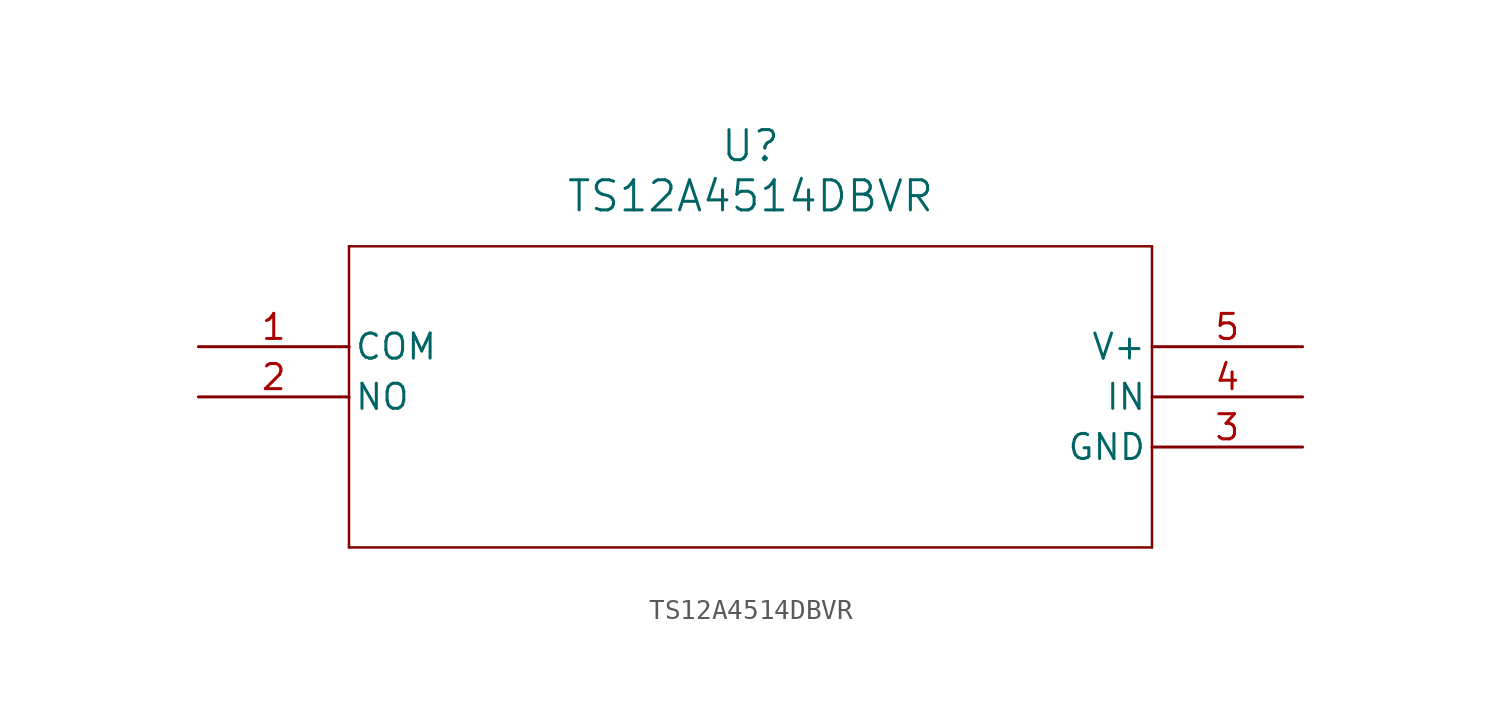
<source format=kicad_sym>
(kicad_symbol_lib
  (version 20211014)
  (generator kicad_symbol_editor)
  (symbol "TS12A4514DBVR"
    (pin_names
      (offset 0.254))
    (property "Reference" "U"
      (at 27.94 10.16 0)
      (effects (font (size 1.524 1.524))))
    (property "Value" "TS12A4514DBVR"
      (at 27.94 7.62 0)
      (effects (font (size 1.524 1.524))))
    (symbol "TS12A4514DBVR_0_1"
      (polyline (pts (xy 7.62 5.08) (xy 7.62 -10.16)) (stroke (width 0.127) (type default) (color 0 0 0 0)) (fill (type none)))
      (polyline (pts (xy 7.62 -10.16) (xy 48.26 -10.16)) (stroke (width 0.127) (type default) (color 0 0 0 0)) (fill (type none)))
      (polyline (pts (xy 48.26 -10.16) (xy 48.26 5.08)) (stroke (width 0.127) (type default) (color 0 0 0 0)) (fill (type none)))
      (polyline (pts (xy 48.26 5.08) (xy 7.62 5.08)) (stroke (width 0.127) (type default) (color 0 0 0 0)) (fill (type none)))
      (pin unspecified line (at 0 0 0) (length 7.62) (name "COM" (effects (font (size 1.27 1.27)))) (number "1" (effects (font (size 1.27 1.27)))))
      (pin output line (at 0 -2.54 0) (length 7.62) (name "NO" (effects (font (size 1.27 1.27)))) (number "2" (effects (font (size 1.27 1.27)))))
      (pin power_in line (at 55.88 -5.08 180) (length 7.62) (name "GND" (effects (font (size 1.27 1.27)))) (number "3" (effects (font (size 1.27 1.27)))))
      (pin input line (at 55.88 -2.54 180) (length 7.62) (name "IN" (effects (font (size 1.27 1.27)))) (number "4" (effects (font (size 1.27 1.27)))))
      (pin power_in line (at 55.88 0 180) (length 7.62) (name "V+" (effects (font (size 1.27 1.27)))) (number "5" (effects (font (size 1.27 1.27))))))))
</source>
